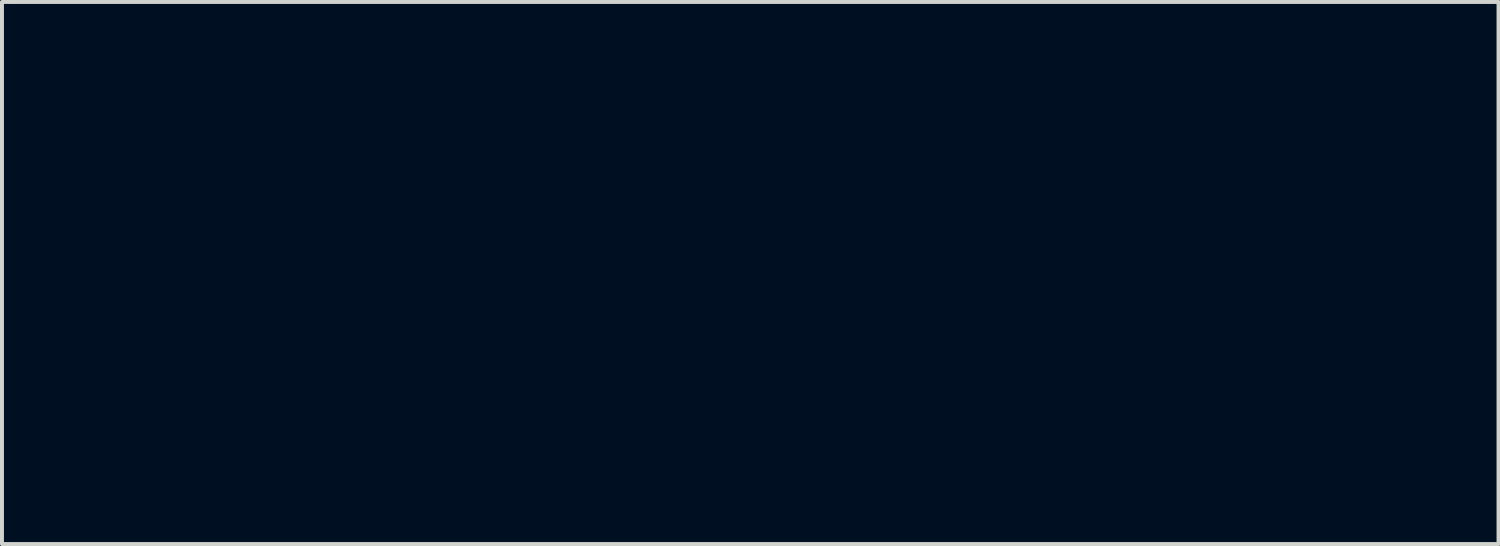
<source format=kicad_pcb>
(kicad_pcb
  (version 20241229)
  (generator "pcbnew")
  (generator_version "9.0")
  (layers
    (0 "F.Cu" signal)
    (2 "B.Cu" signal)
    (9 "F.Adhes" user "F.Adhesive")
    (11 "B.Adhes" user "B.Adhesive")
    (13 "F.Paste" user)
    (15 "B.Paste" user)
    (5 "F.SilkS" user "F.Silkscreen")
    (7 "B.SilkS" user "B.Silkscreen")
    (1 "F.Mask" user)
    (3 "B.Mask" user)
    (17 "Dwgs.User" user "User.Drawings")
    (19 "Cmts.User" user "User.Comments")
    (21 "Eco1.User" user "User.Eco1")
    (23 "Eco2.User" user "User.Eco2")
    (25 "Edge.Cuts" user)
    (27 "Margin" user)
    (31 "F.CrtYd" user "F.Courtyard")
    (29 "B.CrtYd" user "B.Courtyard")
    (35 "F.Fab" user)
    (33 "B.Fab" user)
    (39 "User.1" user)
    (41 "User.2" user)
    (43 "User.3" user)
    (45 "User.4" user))
  (footprint "BitBadge_logo_mask"
    (layer "F.Cu")
    (at 15.954 3.876)
    (property "Reference" "BitBadge_logo_mask" (at 0 0 0) (layer "F.Mask") (effects (font (size 1.524 1.524) (thickness 0.3))))
    (attr through_hole)
    (fp_poly (pts (xy 0.903 -0.386) (xy 0.978 -0.159) (xy 1.043 0.043) (xy 1.096 0.211) (xy 1.133 0.336) (xy 1.153 0.407) (xy 1.155 0.42) (xy 1.117 0.428) (xy 1.021 0.441) (xy 0.885 0.457) (xy 0.763 0.47) (xy 0.585 0.488) (xy 0.417 0.507) (xy 0.283 0.522) (xy 0.228 0.529) (xy 0.075 0.549) (xy 0.125 0.393) (xy 0.152 0.31) (xy 0.197 0.172) (xy 0.208 0.137) (xy 0.474 0.137) (xy 0.497 0.215) (xy 0.568 0.247) (xy 0.645 0.247) (xy 0.734 0.234) (xy 0.775 0.2) (xy 0.791 0.121) (xy 0.793 0.097) (xy 0.783 -0.038) (xy 0.73 -0.117) (xy 0.634 -0.139) (xy 0.621 -0.138) (xy 0.551 -0.114) (xy 0.51 -0.048) (xy 0.494 0.005) (xy 0.474 0.137) (xy 0.208 0.137) (xy 0.256 -0.008) (xy 0.324 -0.217) (xy 0.398 -0.442) (xy 0.408 -0.472) (xy 0.641 -1.181) (xy 0.903 -0.386)) (stroke (width 0.01) (type solid)) (fill yes) (layer "F.Mask"))
    (fp_poly (pts (xy -3.544 -1.073) (xy -3.434 -1.037) (xy -3.417 -1.026) (xy -3.34 -0.921) (xy -3.303 -0.779) (xy -3.303 -0.621) (xy -3.34 -0.472) (xy -3.415 -0.354) (xy -3.431 -0.338) (xy -3.525 -0.276) (xy -3.648 -0.229) (xy -3.815 -0.195) (xy -4.039 -0.169) (xy -4.079 -0.166) (xy -4.361 -0.142) (xy -4.361 -0.619) (xy -4.142 -0.619) (xy -4.133 -0.501) (xy -4.109 -0.432) (xy -4.097 -0.422) (xy -4.037 -0.415) (xy -3.932 -0.418) (xy -3.809 -0.427) (xy -3.694 -0.442) (xy -3.614 -0.46) (xy -3.61 -0.462) (xy -3.558 -0.517) (xy -3.53 -0.622) (xy -3.531 -0.75) (xy -3.542 -0.807) (xy -3.568 -0.839) (xy -3.629 -0.855) (xy -3.742 -0.863) (xy -3.769 -0.865) (xy -3.939 -0.866) (xy -4.049 -0.844) (xy -4.112 -0.792) (xy -4.139 -0.701) (xy -4.142 -0.619) (xy -4.361 -0.619) (xy -4.361 -1.044) (xy -4.17 -1.067) (xy -3.922 -1.088) (xy -3.71 -1.09) (xy -3.544 -1.073)) (stroke (width 0.01) (type solid)) (fill yes) (layer "F.Mask"))
    (fp_poly (pts (xy -13.856 -0.172) (xy -13.706 -0.145) (xy -13.604 -0.091) (xy -13.542 -0.006) (xy -13.513 0.113) (xy -13.509 0.237) (xy -13.526 0.389) (xy -13.577 0.506) (xy -13.67 0.593) (xy -13.813 0.656) (xy -14.014 0.7) (xy -14.206 0.725) (xy -14.363 0.741) (xy -14.489 0.753) (xy -14.571 0.761) (xy -14.593 0.763) (xy -14.599 0.729) (xy -14.603 0.636) (xy -14.606 0.498) (xy -14.608 0.329) (xy -14.608 0.314) (xy -14.608 0.286) (xy -14.388 0.286) (xy -14.378 0.395) (xy -14.344 0.468) (xy -14.275 0.497) (xy -14.162 0.505) (xy -14.032 0.495) (xy -13.909 0.468) (xy -13.819 0.427) (xy -13.81 0.419) (xy -13.754 0.333) (xy -13.733 0.223) (xy -13.747 0.118) (xy -13.796 0.044) (xy -13.807 0.037) (xy -13.891 0.018) (xy -14.014 0.018) (xy -14.148 0.033) (xy -14.265 0.061) (xy -14.338 0.099) (xy -14.338 0.099) (xy -14.375 0.175) (xy -14.388 0.286) (xy -14.608 0.286) (xy -14.608 -0.135) (xy -14.33 -0.158) (xy -14.061 -0.175) (xy -13.856 -0.172)) (stroke (width 0.01) (type solid)) (fill yes) (layer "F.Mask"))
    (fp_poly (pts (xy -13.717 1.553) (xy -13.575 1.593) (xy -13.473 1.665) (xy -13.448 1.694) (xy -13.368 1.852) (xy -13.344 2.043) (xy -13.369 2.215) (xy -13.422 2.356) (xy -13.501 2.465) (xy -13.617 2.547) (xy -13.777 2.606) (xy -13.992 2.647) (xy -14.261 2.674) (xy -14.608 2.699) (xy -14.608 2.149) (xy -14.608 2.112) (xy -14.39 2.112) (xy -14.387 2.269) (xy -14.371 2.366) (xy -14.327 2.416) (xy -14.245 2.432) (xy -14.111 2.427) (xy -14.079 2.424) (xy -13.931 2.407) (xy -13.797 2.379) (xy -13.708 2.348) (xy -13.618 2.264) (xy -13.563 2.14) (xy -13.55 2) (xy -13.583 1.87) (xy -13.606 1.833) (xy -13.64 1.798) (xy -13.692 1.778) (xy -13.778 1.768) (xy -13.915 1.766) (xy -13.975 1.767) (xy -14.154 1.774) (xy -14.273 1.797) (xy -14.344 1.844) (xy -14.378 1.927) (xy -14.389 2.055) (xy -14.39 2.112) (xy -14.608 2.112) (xy -14.607 1.935) (xy -14.603 1.784) (xy -14.596 1.685) (xy -14.585 1.628) (xy -14.567 1.603) (xy -14.552 1.599) (xy -14.493 1.595) (xy -14.381 1.585) (xy -14.235 1.57) (xy -14.154 1.561) (xy -13.906 1.543) (xy -13.717 1.553)) (stroke (width 0.01) (type solid)) (fill yes) (layer "F.Mask"))
    (fp_poly (pts (xy -3.266 0.752) (xy -3.172 0.893) (xy -3.129 1.064) (xy -3.136 1.245) (xy -3.19 1.415) (xy -3.291 1.556) (xy -3.339 1.596) (xy -3.452 1.658) (xy -3.603 1.705) (xy -3.803 1.74) (xy -4.043 1.764) (xy -4.361 1.789) (xy -4.361 1.239) (xy -4.36 1.16) (xy -4.144 1.16) (xy -4.141 1.294) (xy -4.131 1.416) (xy -4.116 1.504) (xy -4.097 1.538) (xy -4.025 1.545) (xy -3.904 1.536) (xy -3.757 1.514) (xy -3.63 1.486) (xy -3.488 1.424) (xy -3.398 1.318) (xy -3.354 1.159) (xy -3.353 1.15) (xy -3.348 1.037) (xy -3.372 0.962) (xy -3.416 0.908) (xy -3.464 0.867) (xy -3.516 0.845) (xy -3.593 0.837) (xy -3.714 0.843) (xy -3.786 0.848) (xy -3.926 0.861) (xy -4.038 0.875) (xy -4.102 0.889) (xy -4.108 0.891) (xy -4.127 0.938) (xy -4.139 1.035) (xy -4.144 1.16) (xy -4.36 1.16) (xy -4.359 1.017) (xy -4.354 0.859) (xy -4.346 0.754) (xy -4.332 0.695) (xy -4.312 0.67) (xy -4.311 0.669) (xy -4.257 0.661) (xy -4.146 0.653) (xy -3.995 0.647) (xy -3.821 0.643) (xy -3.382 0.636) (xy -3.266 0.752)) (stroke (width 0.01) (type solid)) (fill yes) (layer "F.Mask"))
    (fp_poly (pts (xy 5.298 -1.788) (xy 5.398 -1.774) (xy 5.487 -1.749) (xy 5.586 -1.707) (xy 5.636 -1.684) (xy 5.788 -1.6) (xy 5.907 -1.512) (xy 5.955 -1.46) (xy 6.091 -1.21) (xy 6.175 -0.929) (xy 6.207 -0.631) (xy 6.189 -0.331) (xy 6.121 -0.041) (xy 6.004 0.222) (xy 5.84 0.446) (xy 5.819 0.467) (xy 5.63 0.622) (xy 5.404 0.74) (xy 5.133 0.825) (xy 4.805 0.881) (xy 4.721 0.89) (xy 4.481 0.913) (xy 4.498 -0.407) (xy 4.5 -0.546) (xy 4.721 -0.546) (xy 4.721 -0.303) (xy 4.723 -0.066) (xy 4.728 0.153) (xy 4.735 0.343) (xy 4.745 0.494) (xy 4.756 0.594) (xy 4.769 0.631) (xy 4.853 0.64) (xy 4.993 0.623) (xy 5.179 0.582) (xy 5.269 0.558) (xy 5.479 0.463) (xy 5.666 0.311) (xy 5.815 0.118) (xy 5.907 -0.091) (xy 5.945 -0.266) (xy 5.967 -0.471) (xy 5.974 -0.684) (xy 5.964 -0.88) (xy 5.938 -1.034) (xy 5.929 -1.064) (xy 5.826 -1.265) (xy 5.677 -1.413) (xy 5.479 -1.51) (xy 5.23 -1.557) (xy 5.092 -1.563) (xy 4.933 -1.557) (xy 4.82 -1.541) (xy 4.767 -1.519) (xy 4.754 -1.47) (xy 4.743 -1.361) (xy 4.734 -1.203) (xy 4.727 -1.007) (xy 4.723 -0.785) (xy 4.721 -0.546) (xy 4.5 -0.546) (xy 4.502 -0.71) (xy 4.508 -0.99) (xy 4.514 -1.239) (xy 4.521 -1.448) (xy 4.528 -1.61) (xy 4.535 -1.715) (xy 4.542 -1.756) (xy 4.587 -1.769) (xy 4.69 -1.779) (xy 4.834 -1.788) (xy 4.983 -1.791) (xy 5.166 -1.792) (xy 5.298 -1.788)) (stroke (width 0.01) (type solid)) (fill yes) (layer "F.Mask"))
    (fp_poly (pts (xy 15.766 -3.86) (xy 15.846 -3.835) (xy 15.901 -3.794) (xy 15.924 -3.765) (xy 15.935 -3.715) (xy 15.943 -3.607) (xy 15.949 -3.459) (xy 15.952 -3.284) (xy 15.952 -3.276) (xy 15.945 -3.013) (xy 15.924 -2.816) (xy 15.886 -2.679) (xy 15.831 -2.596) (xy 15.776 -2.566) (xy 15.723 -2.558) (xy 15.609 -2.548) (xy 15.446 -2.536) (xy 15.247 -2.523) (xy 15.024 -2.51) (xy 14.989 -2.508) (xy 14.762 -2.495) (xy 14.556 -2.481) (xy 14.383 -2.469) (xy 14.256 -2.459) (xy 14.188 -2.452) (xy 14.184 -2.451) (xy 14.116 -2.405) (xy 14.077 -2.319) (xy 14.075 -2.223) (xy 14.109 -2.154) (xy 14.139 -2.134) (xy 14.187 -2.121) (xy 14.264 -2.116) (xy 14.381 -2.119) (xy 14.552 -2.129) (xy 14.713 -2.14) (xy 14.993 -2.16) (xy 15.21 -2.173) (xy 15.373 -2.179) (xy 15.493 -2.177) (xy 15.577 -2.167) (xy 15.636 -2.15) (xy 15.68 -2.124) (xy 15.703 -2.102) (xy 15.734 -2.067) (xy 15.755 -2.027) (xy 15.767 -1.968) (xy 15.771 -1.877) (xy 15.768 -1.742) (xy 15.76 -1.548) (xy 15.759 -1.531) (xy 15.75 -1.328) (xy 15.737 -1.167) (xy 15.714 -1.045) (xy 15.671 -0.954) (xy 15.6 -0.89) (xy 15.495 -0.848) (xy 15.346 -0.82) (xy 15.146 -0.803) (xy 14.887 -0.789) (xy 14.68 -0.78) (xy 14.477 -0.769) (xy 14.297 -0.756) (xy 14.154 -0.741) (xy 14.062 -0.727) (xy 14.035 -0.718) (xy 14.005 -0.656) (xy 13.991 -0.552) (xy 13.992 -0.432) (xy 14.009 -0.325) (xy 14.04 -0.258) (xy 14.043 -0.256) (xy 14.081 -0.239) (xy 14.153 -0.231) (xy 14.269 -0.23) (xy 14.438 -0.237) (xy 14.666 -0.251) (xy 14.989 -0.273) (xy 15.247 -0.287) (xy 15.447 -0.291) (xy 15.596 -0.282) (xy 15.702 -0.257) (xy 15.773 -0.214) (xy 15.814 -0.149) (xy 15.834 -0.06) (xy 15.841 0.056) (xy 15.841 0.191) (xy 15.835 0.463) (xy 15.821 0.672) (xy 15.791 0.824) (xy 15.741 0.93) (xy 15.666 0.997) (xy 15.558 1.035) (xy 15.414 1.05) (xy 15.28 1.053) (xy 15.109 1.056) (xy 14.895 1.065) (xy 14.666 1.076) (xy 14.481 1.089) (xy 14.154 1.112) (xy 13.833 1.132) (xy 13.528 1.15) (xy 13.247 1.165) (xy 12.998 1.177) (xy 12.79 1.184) (xy 12.631 1.187) (xy 12.532 1.185) (xy 12.503 1.182) (xy 12.44 1.137) (xy 12.372 1.055) (xy 12.359 1.034) (xy 12.32 0.988) (xy 12.561 0.988) (xy 12.921 0.966) (xy 13.05 0.959) (xy 13.238 0.949) (xy 13.474 0.936) (xy 13.744 0.921) (xy 14.036 0.906) (xy 14.338 0.89) (xy 14.426 0.886) (xy 14.706 0.871) (xy 14.962 0.858) (xy 15.185 0.845) (xy 15.366 0.835) (xy 15.496 0.828) (xy 15.567 0.823) (xy 15.577 0.822) (xy 15.581 0.786) (xy 15.589 0.691) (xy 15.598 0.552) (xy 15.609 0.383) (xy 15.61 0.367) (xy 15.636 -0.083) (xy 15.095 -0.059) (xy 14.857 -0.048) (xy 14.602 -0.036) (xy 14.359 -0.024) (xy 14.156 -0.013) (xy 14.14 -0.012) (xy 13.728 0.01) (xy 13.754 -0.458) (xy 13.765 -0.634) (xy 13.775 -0.782) (xy 13.783 -0.887) (xy 13.79 -0.936) (xy 13.79 -0.938) (xy 13.828 -0.943) (xy 13.926 -0.952) (xy 14.072 -0.963) (xy 14.254 -0.975) (xy 14.395 -0.984) (xy 14.619 -0.997) (xy 14.841 -1.011) (xy 15.039 -1.024) (xy 15.195 -1.035) (xy 15.248 -1.039) (xy 15.506 -1.059) (xy 15.529 -1.334) (xy 15.541 -1.499) (xy 15.549 -1.663) (xy 15.553 -1.786) (xy 15.55 -1.892) (xy 15.534 -1.943) (xy 15.494 -1.961) (xy 15.449 -1.962) (xy 15.371 -1.96) (xy 15.236 -1.953) (xy 15.06 -1.943) (xy 14.857 -1.931) (xy 14.645 -1.918) (xy 14.437 -1.904) (xy 14.25 -1.891) (xy 14.099 -1.88) (xy 14.013 -1.873) (xy 13.836 -1.856) (xy 13.85 -2.234) (xy 13.858 -2.392) (xy 13.867 -2.522) (xy 13.877 -2.606) (xy 13.883 -2.631) (xy 13.923 -2.638) (xy 14.025 -2.647) (xy 14.179 -2.658) (xy 14.374 -2.671) (xy 14.598 -2.683) (xy 14.718 -2.689) (xy 14.958 -2.701) (xy 15.178 -2.714) (xy 15.365 -2.725) (xy 15.507 -2.735) (xy 15.594 -2.742) (xy 15.612 -2.745) (xy 15.654 -2.766) (xy 15.686 -2.817) (xy 15.709 -2.907) (xy 15.725 -3.045) (xy 15.737 -3.242) (xy 15.741 -3.361) (xy 15.751 -3.652) (xy 15.406 -3.642) (xy 15.17 -3.634) (xy 14.906 -3.623) (xy 14.624 -3.609) (xy 14.333 -3.594) (xy 14.043 -3.578) (xy 13.762 -3.562) (xy 13.501 -3.545) (xy 13.268 -3.529) (xy 13.072 -3.514) (xy 12.924 -3.501) (xy 12.832 -3.49) (xy 12.805 -3.484) (xy 12.789 -3.436) (xy 12.774 -3.32) (xy 12.76 -3.143) (xy 12.747 -2.909) (xy 12.74 -2.734) (xy 12.729 -2.455) (xy 12.715 -2.115) (xy 12.698 -1.727) (xy 12.678 -1.303) (xy 12.657 -0.855) (xy 12.634 -0.397) (xy 12.611 0.061) (xy 12.587 0.505) (xy 12.587 0.521) (xy 12.561 0.988) (xy 12.32 0.988) (xy 12.286 0.947) (xy 12.206 0.908) (xy 12.139 0.922) (xy 12.118 0.946) (xy 12.078 0.976) (xy 11.986 1.03) (xy 11.857 1.101) (xy 11.707 1.178) (xy 11.316 1.349) (xy 10.909 1.481) (xy 10.499 1.573) (xy 10.1 1.622) (xy 9.727 1.624) (xy 9.411 1.583) (xy 9.017 1.468) (xy 8.674 1.301) (xy 8.381 1.083) (xy 8.141 0.815) (xy 7.954 0.498) (xy 7.865 0.274) (xy 7.808 0.118) (xy 7.763 0.019) (xy 7.721 -0.036) (xy 7.675 -0.06) (xy 7.673 -0.061) (xy 7.609 -0.066) (xy 7.556 -0.039) (xy 7.506 0.031) (xy 7.453 0.152) (xy 7.396 0.318) (xy 7.243 0.67) (xy 7.026 0.994) (xy 6.751 1.283) (xy 6.422 1.532) (xy 6.179 1.671) (xy 5.932 1.773) (xy 5.617 1.864) (xy 5.238 1.943) (xy 4.799 2.01) (xy 4.304 2.062) (xy 4.215 2.069) (xy 4.016 2.086) (xy 3.825 2.101) (xy 3.664 2.115) (xy 3.554 2.125) (xy 3.546 2.125) (xy 3.347 2.117) (xy 3.242 2.082) (xy 3.161 2.048) (xy 3.099 2.044) (xy 3.023 2.073) (xy 2.967 2.102) (xy 2.883 2.137) (xy 2.774 2.167) (xy 2.626 2.192) (xy 2.426 2.217) (xy 2.261 2.234) (xy 2.02 2.256) (xy 1.84 2.268) (xy 1.71 2.263) (xy 1.619 2.239) (xy 1.556 2.191) (xy 1.51 2.114) (xy 1.469 2.004) (xy 1.438 1.908) (xy 1.389 1.765) (xy 1.34 1.647) (xy 1.299 1.573) (xy 1.288 1.561) (xy 1.254 1.544) (xy 1.195 1.534) (xy 1.101 1.533) (xy 0.96 1.539) (xy 0.763 1.553) (xy 0.661 1.561) (xy 0.459 1.579) (xy 0.278 1.598) (xy 0.133 1.616) (xy 0.037 1.631) (xy 0.011 1.638) (xy -0.034 1.671) (xy -0.077 1.74) (xy -0.123 1.858) (xy -0.167 1.996) (xy -0.232 2.193) (xy -0.295 2.33) (xy -0.362 2.418) (xy -0.443 2.467) (xy -0.518 2.485) (xy -0.677 2.504) (xy -0.862 2.521) (xy -1.058 2.536) (xy -1.25 2.546) (xy -1.424 2.552) (xy -1.563 2.552) (xy -1.654 2.546) (xy -1.677 2.541) (xy -1.769 2.459) (xy -1.801 2.343) (xy -1.8 2.33) (xy -1.599 2.33) (xy -1.573 2.349) (xy -1.492 2.357) (xy -1.353 2.353) (xy -1.15 2.338) (xy -0.89 2.313) (xy -0.491 2.271) (xy -0.362 1.89) (xy -0.309 1.731) (xy -0.263 1.597) (xy -0.23 1.502) (xy -0.217 1.465) (xy -0.194 1.45) (xy -0.133 1.434) (xy -0.029 1.417) (xy 0.123 1.397) (xy 0.329 1.375) (xy 0.592 1.349) (xy 0.919 1.319) (xy 1.244 1.291) (xy 1.452 1.273) (xy 1.575 1.663) (xy 1.639 1.854) (xy 1.693 1.983) (xy 1.735 2.046) (xy 1.748 2.052) (xy 1.886 2.047) (xy 2.053 2.038) (xy 2.233 2.026) (xy 2.412 2.011) (xy 2.574 1.996) (xy 2.706 1.982) (xy 2.791 1.969) (xy 2.817 1.962) (xy 2.813 1.916) (xy 2.787 1.823) (xy 2.745 1.7) (xy 2.739 1.684) (xy 2.675 1.51) (xy 2.606 1.315) (xy 2.562 1.181) (xy 2.525 1.071) (xy 2.468 0.906) (xy 2.397 0.702) (xy 2.316 0.472) (xy 2.23 0.23) (xy 2.2 0.145) (xy 2.114 -0.097) (xy 2.03 -0.333) (xy 1.955 -0.548) (xy 1.892 -0.728) (xy 1.847 -0.859) (xy 1.836 -0.89) (xy 1.785 -1.042) (xy 1.722 -1.223) (xy 1.652 -1.423) (xy 1.579 -1.63) (xy 1.506 -1.833) (xy 1.439 -2.019) (xy 1.381 -2.178) (xy 1.337 -2.297) (xy 1.31 -2.366) (xy 1.304 -2.377) (xy 1.265 -2.378) (xy 1.168 -2.372) (xy 1.026 -2.361) (xy 0.855 -2.346) (xy 0.668 -2.328) (xy 0.479 -2.309) (xy 0.302 -2.29) (xy 0.151 -2.273) (xy 0.041 -2.258) (xy -0.015 -2.248) (xy -0.019 -2.246) (xy -0.036 -2.207) (xy -0.07 -2.114) (xy -0.116 -1.981) (xy -0.16 -1.851) (xy -0.213 -1.692) (xy -0.284 -1.484) (xy -0.366 -1.245) (xy -0.453 -0.996) (xy -0.528 -0.781) (xy -0.612 -0.54) (xy -0.698 -0.294) (xy -0.778 -0.062) (xy -0.845 0.137) (xy -0.891 0.273) (xy -0.942 0.424) (xy -1.011 0.628) (xy -1.094 0.868) (xy -1.185 1.129) (xy -1.277 1.395) (xy -1.367 1.65) (xy -1.447 1.878) (xy -1.513 2.063) (xy -1.541 2.139) (xy -1.576 2.241) (xy -1.596 2.314) (xy -1.599 2.33) (xy -1.8 2.33) (xy -1.779 2.194) (xy -1.755 2.085) (xy -1.759 2.017) (xy -1.78 1.981) (xy -1.838 1.943) (xy -1.914 1.927) (xy -1.977 1.935) (xy -1.999 1.964) (xy -2.027 2.023) (xy -2.103 2.109) (xy -2.212 2.211) (xy -2.34 2.316) (xy -2.474 2.412) (xy -2.599 2.487) (xy -2.63 2.503) (xy -2.775 2.567) (xy -2.919 2.622) (xy -3.07 2.669) (xy -3.237 2.709) (xy -3.429 2.744) (xy -3.655 2.775) (xy -3.922 2.803) (xy -4.239 2.83) (xy -4.615 2.857) (xy -4.878 2.875) (xy -5.117 2.89) (xy -5.294 2.9) (xy -5.42 2.903) (xy -5.506 2.901) (xy -5.563 2.892) (xy -5.601 2.877) (xy -5.63 2.854) (xy -5.632 2.853) (xy -5.649 2.835) (xy -5.663 2.812) (xy -5.675 2.778) (xy -5.684 2.724) (xy -5.691 2.646) (xy -5.696 2.537) (xy -5.7 2.391) (xy -5.703 2.2) (xy -5.703 2.154) (xy -5.518 2.154) (xy -5.517 2.365) (xy -5.516 2.526) (xy -5.514 2.63) (xy -5.511 2.668) (xy -5.506 2.684) (xy -5.499 2.698) (xy -5.484 2.707) (xy -5.454 2.712) (xy -5.401 2.713) (xy -5.319 2.709) (xy -5.2 2.7) (xy -5.039 2.686) (xy -4.827 2.665) (xy -4.558 2.639) (xy -4.224 2.605) (xy -4.161 2.599) (xy -3.776 2.557) (xy -3.456 2.515) (xy -3.19 2.467) (xy -2.971 2.413) (xy -2.789 2.349) (xy -2.635 2.272) (xy -2.502 2.179) (xy -2.379 2.068) (xy -2.314 1.998) (xy -2.199 1.848) (xy -2.11 1.687) (xy -2.085 1.625) (xy -2.043 1.441) (xy -2.022 1.219) (xy -2.023 0.987) (xy -2.045 0.776) (xy -2.066 0.683) (xy -2.153 0.492) (xy -2.291 0.315) (xy -2.457 0.175) (xy -2.515 0.142) (xy -2.66 0.068) (xy -2.509 -0.061) (xy -2.344 -0.244) (xy -2.23 -0.457) (xy -2.165 -0.689) (xy -2.148 -0.929) (xy -2.178 -1.165) (xy -2.253 -1.386) (xy -2.372 -1.58) (xy -2.533 -1.735) (xy -2.735 -1.841) (xy -2.735 -1.841) (xy -2.823 -1.868) (xy -2.922 -1.886) (xy -3.047 -1.897) (xy -3.21 -1.904) (xy -3.428 -1.905) (xy -3.525 -1.905) (xy -3.69 -1.902) (xy -3.892 -1.895) (xy -4.119 -1.884) (xy -4.359 -1.871) (xy -4.601 -1.856) (xy -4.834 -1.84) (xy -5.047 -1.824) (xy -5.228 -1.808) (xy -5.366 -1.793) (xy -5.45 -1.78) (xy -5.47 -1.773) (xy -5.474 -1.735) (xy -5.478 -1.631) (xy -5.482 -1.47) (xy -5.486 -1.259) (xy -5.49 -1.006) (xy -5.495 -0.719) (xy -5.499 -0.405) (xy -5.502 -0.072) (xy -5.506 0.273) (xy -5.509 0.622) (xy -5.512 0.966) (xy -5.514 1.3) (xy -5.516 1.614) (xy -5.517 1.901) (xy -5.518 2.154) (xy -5.703 2.154) (xy -5.704 1.959) (xy -5.705 1.661) (xy -5.705 1.3) (xy -5.705 1.107) (xy -5.705 0.698) (xy -5.705 0.356) (xy -5.707 0.076) (xy -5.71 -0.149) (xy -5.717 -0.325) (xy -5.727 -0.456) (xy -5.742 -0.549) (xy -5.762 -0.609) (xy -5.788 -0.642) (xy -5.821 -0.655) (xy -5.861 -0.651) (xy -5.91 -0.638) (xy -5.951 -0.626) (xy -6.037 -0.609) (xy -6.178 -0.588) (xy -6.355 -0.567) (xy -6.551 -0.547) (xy -6.595 -0.543) (xy -6.782 -0.525) (xy -6.944 -0.505) (xy -7.067 -0.486) (xy -7.137 -0.47) (xy -7.145 -0.466) (xy -7.156 -0.431) (xy -7.167 -0.34) (xy -7.176 -0.192) (xy -7.185 0.017) (xy -7.194 0.289) (xy -7.202 0.627) (xy -7.209 1.033) (xy -7.213 1.271) (xy -7.22 1.68) (xy -7.225 2.023) (xy -7.231 2.305) (xy -7.238 2.532) (xy -7.248 2.711) (xy -7.261 2.848) (xy -7.28 2.949) (xy -7.304 3.019) (xy -7.336 3.065) (xy -7.376 3.093) (xy -7.426 3.109) (xy -7.487 3.119) (xy -7.559 3.129) (xy -7.567 3.13) (xy -7.683 3.144) (xy -7.848 3.16) (xy -8.036 3.175) (xy -8.179 3.184) (xy -8.31 3.193) (xy -8.42 3.202) (xy -8.51 3.203) (xy -8.583 3.192) (xy -8.64 3.163) (xy -8.683 3.109) (xy -8.715 3.026) (xy -8.736 2.907) (xy -8.749 2.746) (xy -8.756 2.539) (xy -8.759 2.278) (xy -8.758 1.958) (xy -8.758 1.574) (xy -8.757 1.397) (xy -8.758 1.003) (xy -8.759 0.676) (xy -8.76 0.409) (xy -8.763 0.196) (xy -8.767 0.031) (xy -8.773 -0.092) (xy -8.78 -0.18) (xy -8.789 -0.238) (xy -8.8 -0.273) (xy -8.813 -0.292) (xy -8.861 -0.313) (xy -8.946 -0.322) (xy -9.082 -0.319) (xy -9.222 -0.309) (xy -9.421 -0.294) (xy -9.638 -0.282) (xy -9.832 -0.274) (xy -9.876 -0.272) (xy -10.017 -0.266) (xy -10.13 -0.255) (xy -10.195 -0.243) (xy -10.203 -0.238) (xy -10.208 -0.198) (xy -10.214 -0.092) (xy -10.219 0.072) (xy -10.224 0.288) (xy -10.229 0.547) (xy -10.233 0.842) (xy -10.236 1.167) (xy -10.239 1.502) (xy -10.249 3.216) (xy -10.33 3.296) (xy -10.369 3.327) (xy -10.422 3.352) (xy -10.501 3.373) (xy -10.618 3.393) (xy -10.785 3.414) (xy -11.001 3.437) (xy -11.223 3.459) (xy -11.384 3.472) (xy -11.497 3.478) (xy -11.573 3.476) (xy -11.626 3.466) (xy -11.666 3.447) (xy -11.683 3.437) (xy -11.724 3.406) (xy -11.75 3.368) (xy -11.765 3.307) (xy -11.772 3.209) (xy -11.773 3.056) (xy -11.773 3.013) (xy -11.778 2.806) (xy -11.793 2.662) (xy -11.822 2.57) (xy -11.868 2.522) (xy -11.934 2.507) (xy -11.938 2.507) (xy -11.995 2.52) (xy -12.047 2.568) (xy -12.106 2.666) (xy -12.132 2.716) (xy -12.316 3.002) (xy -12.552 3.238) (xy -12.838 3.423) (xy -13.171 3.554) (xy -13.267 3.579) (xy -13.349 3.594) (xy -13.492 3.615) (xy -13.683 3.64) (xy -13.912 3.668) (xy -14.166 3.699) (xy -14.434 3.729) (xy -14.704 3.759) (xy -14.964 3.787) (xy -15.202 3.812) (xy -15.407 3.831) (xy -15.568 3.845) (xy -15.671 3.851) (xy -15.682 3.851) (xy -15.761 3.826) (xy -15.834 3.77) (xy -15.849 3.752) (xy -15.862 3.729) (xy -15.874 3.697) (xy -15.883 3.649) (xy -15.892 3.581) (xy -15.899 3.486) (xy -15.904 3.36) (xy -15.91 3.195) (xy -15.915 2.988) (xy -15.919 2.733) (xy -15.924 2.423) (xy -15.928 2.054) (xy -15.934 1.619) (xy -15.936 1.446) (xy -15.941 0.967) (xy -15.946 0.557) (xy -15.948 0.208) (xy -15.949 -0.043) (xy -15.714 -0.043) (xy -15.713 0.266) (xy -15.712 0.609) (xy -15.71 0.981) (xy -15.707 1.375) (xy -15.707 1.411) (xy -15.687 3.639) (xy -15.52 3.617) (xy -15.438 3.608) (xy -15.296 3.593) (xy -15.105 3.574) (xy -14.878 3.552) (xy -14.625 3.528) (xy -14.408 3.508) (xy -14.057 3.473) (xy -13.768 3.44) (xy -13.532 3.407) (xy -13.339 3.37) (xy -13.178 3.328) (xy -13.04 3.278) (xy -12.915 3.218) (xy -12.792 3.146) (xy -12.767 3.13) (xy -12.553 2.951) (xy -12.382 2.724) (xy -12.266 2.468) (xy -12.244 2.391) (xy -12.214 2.171) (xy -12.217 1.931) (xy -12.251 1.698) (xy -12.313 1.5) (xy -12.328 1.468) (xy -12.428 1.311) (xy -12.551 1.174) (xy -12.68 1.074) (xy -12.773 1.032) (xy -12.841 1.009) (xy -12.864 0.991) (xy -12.838 0.959) (xy -12.773 0.895) (xy -12.702 0.83) (xy -12.547 0.651) (xy -12.447 0.433) (xy -12.397 0.169) (xy -12.391 0.018) (xy -12.414 -0.27) (xy -12.486 -0.507) (xy -12.609 -0.696) (xy -12.787 -0.842) (xy -13.023 -0.947) (xy -13.319 -1.014) (xy -13.365 -1.021) (xy -13.463 -1.032) (xy -13.568 -1.038) (xy -13.689 -1.038) (xy -13.837 -1.032) (xy -14.022 -1.02) (xy -14.254 -1.001) (xy -14.545 -0.974) (xy -14.667 -0.963) (xy -14.93 -0.937) (xy -15.17 -0.912) (xy -15.377 -0.889) (xy -15.54 -0.869) (xy -15.652 -0.853) (xy -15.702 -0.843) (xy -15.703 -0.842) (xy -15.707 -0.802) (xy -15.71 -0.696) (xy -15.712 -0.53) (xy -15.713 -0.31) (xy -15.714 -0.043) (xy -15.949 -0.043) (xy -15.949 -0.084) (xy -15.948 -0.325) (xy -15.944 -0.519) (xy -15.938 -0.673) (xy -15.928 -0.79) (xy -15.914 -0.878) (xy -15.897 -0.941) (xy -15.875 -0.984) (xy -15.849 -1.013) (xy -15.818 -1.032) (xy -15.782 -1.048) (xy -15.776 -1.05) (xy -15.684 -1.074) (xy -15.531 -1.1) (xy -15.329 -1.125) (xy -15.091 -1.149) (xy -14.829 -1.171) (xy -14.554 -1.191) (xy -14.278 -1.206) (xy -14.014 -1.217) (xy -13.774 -1.221) (xy -13.699 -1.221) (xy -13.062 -1.217) (xy -12.821 -1.099) (xy -12.581 -0.951) (xy -12.401 -0.77) (xy -12.271 -0.546) (xy -12.247 -0.486) (xy -12.189 -0.256) (xy -12.171 0.004) (xy -12.19 0.268) (xy -12.246 0.509) (xy -12.291 0.621) (xy -12.359 0.775) (xy -12.384 0.891) (xy -12.366 0.994) (xy -12.304 1.106) (xy -12.268 1.158) (xy -12.186 1.28) (xy -12.115 1.405) (xy -12.088 1.463) (xy -12.038 1.556) (xy -11.98 1.595) (xy -11.94 1.599) (xy -11.851 1.571) (xy -11.811 1.529) (xy -11.8 1.471) (xy -11.791 1.344) (xy -11.784 1.151) (xy -11.781 0.995) (xy -11.592 0.995) (xy -11.592 1.017) (xy -11.591 1.415) (xy -11.59 1.789) (xy -11.588 2.136) (xy -11.585 2.447) (xy -11.582 2.718) (xy -11.579 2.942) (xy -11.574 3.112) (xy -11.57 3.223) (xy -11.565 3.269) (xy -11.564 3.269) (xy -11.52 3.265) (xy -11.418 3.255) (xy -11.27 3.24) (xy -11.092 3.222) (xy -11.028 3.216) (xy -10.843 3.197) (xy -10.684 3.18) (xy -10.565 3.169) (xy -10.5 3.163) (xy -10.492 3.162) (xy -10.488 3.127) (xy -10.483 3.025) (xy -10.479 2.863) (xy -10.475 2.646) (xy -10.472 2.382) (xy -10.469 2.076) (xy -10.467 1.734) (xy -10.466 1.363) (xy -10.465 0.969) (xy -10.465 0.909) (xy -10.465 -1.343) (xy -10.565 -1.326) (xy -10.646 -1.315) (xy -10.776 -1.301) (xy -10.937 -1.284) (xy -11.111 -1.268) (xy -11.276 -1.253) (xy -11.415 -1.242) (xy -11.507 -1.236) (xy -11.525 -1.235) (xy -11.539 -1.233) (xy -11.55 -1.222) (xy -11.56 -1.196) (xy -11.568 -1.152) (xy -11.575 -1.083) (xy -11.58 -0.984) (xy -11.584 -0.849) (xy -11.587 -0.674) (xy -11.589 -0.454) (xy -11.591 -0.182) (xy -11.591 0.147) (xy -11.592 0.537) (xy -11.592 0.995) (xy -11.781 0.995) (xy -11.778 0.894) (xy -11.775 0.576) (xy -11.773 0.201) (xy -11.773 0.084) (xy -11.772 -0.226) (xy -11.77 -0.513) (xy -11.767 -0.77) (xy -11.763 -0.989) (xy -11.758 -1.16) (xy -11.752 -1.276) (xy -11.746 -1.328) (xy -11.746 -1.33) (xy -11.704 -1.373) (xy -9.957 -1.373) (xy -9.957 -0.922) (xy -9.954 -0.722) (xy -9.948 -0.586) (xy -9.936 -0.506) (xy -9.917 -0.474) (xy -9.911 -0.472) (xy -9.84 -0.476) (xy -9.714 -0.484) (xy -9.549 -0.495) (xy -9.362 -0.509) (xy -9.17 -0.525) (xy -8.99 -0.54) (xy -8.838 -0.553) (xy -8.732 -0.564) (xy -8.712 -0.566) (xy -8.539 -0.588) (xy -8.539 3) (xy -8 2.948) (xy -7.461 2.896) (xy -7.437 1.784) (xy -7.431 1.464) (xy -7.425 1.129) (xy -7.42 0.797) (xy -7.416 0.485) (xy -7.414 0.21) (xy -7.413 -0.004) (xy -7.413 -0.681) (xy -7.24 -0.702) (xy -7.14 -0.714) (xy -6.986 -0.729) (xy -6.799 -0.747) (xy -6.596 -0.765) (xy -6.55 -0.769) (xy -6.032 -0.814) (xy -6.032 -1.106) (xy -6.029 -1.264) (xy -6.023 -1.41) (xy -6.013 -1.517) (xy -6.012 -1.526) (xy -6.007 -1.623) (xy -6.019 -1.689) (xy -6.022 -1.693) (xy -6.055 -1.704) (xy -6.138 -1.706) (xy -6.275 -1.701) (xy -6.471 -1.688) (xy -6.73 -1.666) (xy -7.055 -1.635) (xy -7.096 -1.631) (xy -7.416 -1.601) (xy -7.758 -1.57) (xy -8.102 -1.539) (xy -8.43 -1.51) (xy -8.719 -1.487) (xy -8.895 -1.473) (xy -9.132 -1.454) (xy -9.354 -1.436) (xy -9.547 -1.42) (xy -9.698 -1.406) (xy -9.793 -1.396) (xy -9.802 -1.394) (xy -9.957 -1.373) (xy -11.704 -1.373) (xy -11.703 -1.373) (xy -11.634 -1.408) (xy -11.528 -1.438) (xy -11.374 -1.465) (xy -11.163 -1.491) (xy -11.024 -1.505) (xy -10.81 -1.526) (xy -10.655 -1.538) (xy -10.546 -1.541) (xy -10.47 -1.536) (xy -10.414 -1.522) (xy -10.379 -1.506) (xy -10.29 -1.467) (xy -10.22 -1.458) (xy -10.139 -1.481) (xy -10.047 -1.523) (xy -10.001 -1.541) (xy -9.932 -1.559) (xy -9.835 -1.577) (xy -9.704 -1.597) (xy -9.534 -1.618) (xy -9.317 -1.643) (xy -9.048 -1.671) (xy -8.722 -1.703) (xy -8.332 -1.741) (xy -8.121 -1.761) (xy -7.662 -1.803) (xy -7.269 -1.839) (xy -6.938 -1.868) (xy -6.665 -1.891) (xy -6.442 -1.907) (xy -6.267 -1.917) (xy -6.132 -1.922) (xy -6.034 -1.921) (xy -5.967 -1.916) (xy -5.926 -1.906) (xy -5.906 -1.891) (xy -5.905 -1.89) (xy -5.847 -1.857) (xy -5.752 -1.86) (xy -5.647 -1.896) (xy -5.604 -1.921) (xy -5.533 -1.947) (xy -5.4 -1.976) (xy -5.217 -2.005) (xy -4.995 -2.035) (xy -4.745 -2.063) (xy -4.478 -2.09) (xy -4.204 -2.113) (xy -3.936 -2.132) (xy -3.684 -2.147) (xy -3.46 -2.155) (xy -3.274 -2.156) (xy -3.137 -2.149) (xy -3.12 -2.147) (xy -2.789 -2.079) (xy -2.515 -1.969) (xy -2.295 -1.816) (xy -2.126 -1.616) (xy -2.05 -1.478) (xy -2.01 -1.382) (xy -1.984 -1.288) (xy -1.97 -1.177) (xy -1.964 -1.027) (xy -1.963 -0.89) (xy -1.965 -0.702) (xy -1.973 -0.566) (xy -1.991 -0.462) (xy -2.021 -0.37) (xy -2.05 -0.304) (xy -2.104 -0.197) (xy -2.153 -0.119) (xy -2.177 -0.093) (xy -2.214 -0.035) (xy -2.189 0.054) (xy -2.104 0.175) (xy -1.957 0.399) (xy -1.855 0.669) (xy -1.796 0.991) (xy -1.786 1.108) (xy -1.775 1.273) (xy -1.763 1.379) (xy -1.748 1.44) (xy -1.723 1.469) (xy -1.687 1.48) (xy -1.668 1.483) (xy -1.584 1.474) (xy -1.538 1.446) (xy -1.519 1.402) (xy -1.479 1.297) (xy -1.421 1.139) (xy -1.349 0.935) (xy -1.264 0.694) (xy -1.17 0.423) (xy -1.07 0.131) (xy -1.057 0.091) (xy -0.95 -0.223) (xy -0.844 -0.531) (xy -0.743 -0.824) (xy -0.65 -1.091) (xy -0.57 -1.32) (xy -0.506 -1.502) (xy -0.464 -1.616) (xy -0.401 -1.793) (xy -0.343 -1.961) (xy -0.298 -2.1) (xy -0.277 -2.176) (xy -0.248 -2.271) (xy -0.21 -2.344) (xy -0.152 -2.4) (xy -0.065 -2.443) (xy 0.06 -2.477) (xy 0.233 -2.506) (xy 0.463 -2.533) (xy 0.626 -2.55) (xy 0.885 -2.574) (xy 1.082 -2.589) (xy 1.224 -2.594) (xy 1.321 -2.591) (xy 1.383 -2.578) (xy 1.388 -2.576) (xy 1.43 -2.556) (xy 1.465 -2.526) (xy 1.498 -2.475) (xy 1.536 -2.392) (xy 1.582 -2.265) (xy 1.644 -2.085) (xy 1.667 -2.017) (xy 1.701 -1.918) (xy 1.754 -1.764) (xy 1.823 -1.569) (xy 1.901 -1.346) (xy 1.986 -1.108) (xy 2.018 -1.017) (xy 2.1 -0.785) (xy 2.176 -0.569) (xy 2.242 -0.38) (xy 2.293 -0.231) (xy 2.325 -0.133) (xy 2.333 -0.109) (xy 2.36 -0.025) (xy 2.406 0.109) (xy 2.464 0.272) (xy 2.524 0.436) (xy 2.594 0.629) (xy 2.665 0.826) (xy 2.726 1.002) (xy 2.762 1.108) (xy 2.816 1.267) (xy 2.861 1.368) (xy 2.905 1.425) (xy 2.958 1.449) (xy 3.02 1.454) (xy 3.103 1.437) (xy 3.139 1.379) (xy 3.141 1.372) (xy 3.145 1.321) (xy 3.148 1.204) (xy 3.152 1.028) (xy 3.157 0.802) (xy 3.161 0.53) (xy 3.164 0.221) (xy 3.168 -0.119) (xy 3.168 -0.143) (xy 3.372 -0.143) (xy 3.372 0.202) (xy 3.373 0.536) (xy 3.374 0.851) (xy 3.377 1.14) (xy 3.38 1.395) (xy 3.384 1.609) (xy 3.389 1.773) (xy 3.395 1.881) (xy 3.401 1.925) (xy 3.402 1.926) (xy 3.448 1.922) (xy 3.556 1.912) (xy 3.716 1.896) (xy 3.915 1.876) (xy 4.144 1.853) (xy 4.292 1.837) (xy 4.722 1.79) (xy 5.088 1.741) (xy 5.398 1.688) (xy 5.661 1.628) (xy 5.886 1.559) (xy 6.082 1.478) (xy 6.256 1.38) (xy 6.418 1.265) (xy 6.576 1.128) (xy 6.67 1.037) (xy 6.897 0.783) (xy 7.073 0.522) (xy 7.203 0.239) (xy 7.293 -0.079) (xy 7.351 -0.447) (xy 7.357 -0.507) (xy 7.928 -0.507) (xy 7.977 -0.121) (xy 8.079 0.234) (xy 8.233 0.55) (xy 8.416 0.797) (xy 8.668 1.032) (xy 8.951 1.207) (xy 9.273 1.327) (xy 9.629 1.394) (xy 9.793 1.402) (xy 10.005 1.395) (xy 10.244 1.376) (xy 10.488 1.345) (xy 10.71 1.307) (xy 11.121 1.194) (xy 11.536 1.028) (xy 11.755 0.917) (xy 11.937 0.817) (xy 11.955 -0.254) (xy 11.959 -0.527) (xy 11.962 -0.775) (xy 11.963 -0.99) (xy 11.962 -1.163) (xy 11.96 -1.284) (xy 11.956 -1.345) (xy 11.955 -1.35) (xy 11.918 -1.351) (xy 11.82 -1.346) (xy 11.675 -1.336) (xy 11.494 -1.322) (xy 11.291 -1.306) (xy 11.076 -1.287) (xy 10.863 -1.268) (xy 10.664 -1.249) (xy 10.491 -1.232) (xy 10.357 -1.217) (xy 10.273 -1.206) (xy 10.255 -1.202) (xy 10.252 -1.167) (xy 10.251 -1.074) (xy 10.252 -0.939) (xy 10.255 -0.809) (xy 10.265 -0.418) (xy 10.411 -0.428) (xy 10.542 -0.439) (xy 10.69 -0.454) (xy 10.73 -0.459) (xy 10.904 -0.48) (xy 10.893 -0.053) (xy 10.883 0.374) (xy 10.738 0.429) (xy 10.609 0.459) (xy 10.422 0.479) (xy 10.211 0.487) (xy 10.036 0.487) (xy 9.913 0.482) (xy 9.821 0.466) (xy 9.739 0.437) (xy 9.648 0.392) (xy 9.629 0.382) (xy 9.421 0.229) (xy 9.263 0.025) (xy 9.155 -0.23) (xy 9.096 -0.538) (xy 9.084 -0.78) (xy 9.112 -1.162) (xy 9.193 -1.496) (xy 9.327 -1.78) (xy 9.512 -2.012) (xy 9.745 -2.193) (xy 10.027 -2.319) (xy 10.354 -2.39) (xy 10.726 -2.404) (xy 10.898 -2.392) (xy 11.085 -2.365) (xy 11.288 -2.32) (xy 11.455 -2.271) (xy 11.59 -2.223) (xy 11.704 -2.183) (xy 11.774 -2.159) (xy 11.779 -2.157) (xy 11.805 -2.156) (xy 11.823 -2.179) (xy 11.835 -2.238) (xy 11.844 -2.343) (xy 11.851 -2.505) (xy 11.853 -2.586) (xy 11.856 -2.796) (xy 11.852 -2.954) (xy 11.839 -3.052) (xy 11.829 -3.079) (xy 11.777 -3.109) (xy 11.675 -3.149) (xy 11.541 -3.191) (xy 11.5 -3.202) (xy 11.368 -3.234) (xy 11.239 -3.257) (xy 11.095 -3.27) (xy 10.918 -3.277) (xy 10.689 -3.279) (xy 10.647 -3.279) (xy 10.324 -3.271) (xy 10.055 -3.248) (xy 9.818 -3.206) (xy 9.595 -3.14) (xy 9.368 -3.045) (xy 9.193 -2.959) (xy 9.013 -2.859) (xy 8.866 -2.758) (xy 8.725 -2.634) (xy 8.596 -2.502) (xy 8.361 -2.22) (xy 8.187 -1.931) (xy 8.062 -1.613) (xy 7.994 -1.344) (xy 7.933 -0.918) (xy 7.928 -0.507) (xy 7.357 -0.507) (xy 7.36 -0.545) (xy 7.364 -0.803) (xy 7.336 -1.087) (xy 7.282 -1.37) (xy 7.206 -1.623) (xy 7.163 -1.726) (xy 7.025 -1.959) (xy 6.841 -2.182) (xy 6.635 -2.369) (xy 6.55 -2.428) (xy 6.374 -2.526) (xy 6.186 -2.602) (xy 5.977 -2.658) (xy 5.738 -2.694) (xy 5.462 -2.711) (xy 5.14 -2.709) (xy 4.764 -2.691) (xy 4.325 -2.655) (xy 4.306 -2.653) (xy 4.062 -2.63) (xy 3.842 -2.607) (xy 3.656 -2.586) (xy 3.516 -2.568) (xy 3.431 -2.555) (xy 3.409 -2.549) (xy 3.403 -2.507) (xy 3.396 -2.401) (xy 3.391 -2.239) (xy 3.386 -2.027) (xy 3.382 -1.773) (xy 3.378 -1.485) (xy 3.376 -1.171) (xy 3.374 -0.837) (xy 3.372 -0.492) (xy 3.372 -0.143) (xy 3.168 -0.143) (xy 3.171 -0.482) (xy 3.173 -0.654) (xy 3.176 -1.025) (xy 3.18 -1.374) (xy 3.184 -1.696) (xy 3.189 -1.983) (xy 3.195 -2.229) (xy 3.2 -2.425) (xy 3.205 -2.566) (xy 3.211 -2.645) (xy 3.213 -2.658) (xy 3.237 -2.695) (xy 3.28 -2.726) (xy 3.35 -2.753) (xy 3.454 -2.778) (xy 3.602 -2.802) (xy 3.801 -2.827) (xy 4.06 -2.854) (xy 4.252 -2.873) (xy 4.694 -2.912) (xy 5.074 -2.934) (xy 5.402 -2.938) (xy 5.686 -2.924) (xy 5.935 -2.891) (xy 6.159 -2.838) (xy 6.366 -2.763) (xy 6.565 -2.667) (xy 6.607 -2.644) (xy 6.867 -2.46) (xy 7.099 -2.221) (xy 7.289 -1.944) (xy 7.414 -1.672) (xy 7.472 -1.516) (xy 7.519 -1.419) (xy 7.564 -1.367) (xy 7.615 -1.35) (xy 7.663 -1.352) (xy 7.709 -1.364) (xy 7.746 -1.399) (xy 7.784 -1.468) (xy 7.829 -1.585) (xy 7.866 -1.691) (xy 8 -2.031) (xy 8.159 -2.319) (xy 8.357 -2.576) (xy 8.448 -2.674) (xy 8.761 -2.95) (xy 9.105 -3.168) (xy 9.484 -3.329) (xy 9.903 -3.437) (xy 10.368 -3.492) (xy 10.629 -3.501) (xy 10.93 -3.494) (xy 11.213 -3.469) (xy 11.469 -3.429) (xy 11.689 -3.375) (xy 11.863 -3.311) (xy 11.981 -3.238) (xy 12.031 -3.172) (xy 12.046 -3.093) (xy 12.056 -2.961) (xy 12.062 -2.793) (xy 12.063 -2.609) (xy 12.06 -2.425) (xy 12.052 -2.26) (xy 12.04 -2.132) (xy 12.024 -2.059) (xy 11.968 -1.971) (xy 11.895 -1.927) (xy 11.791 -1.925) (xy 11.647 -1.966) (xy 11.516 -2.018) (xy 11.194 -2.129) (xy 10.869 -2.189) (xy 10.554 -2.2) (xy 10.258 -2.163) (xy 9.991 -2.079) (xy 9.763 -1.949) (xy 9.616 -1.812) (xy 9.499 -1.656) (xy 9.415 -1.493) (xy 9.361 -1.308) (xy 9.332 -1.085) (xy 9.322 -0.806) (xy 9.322 -0.799) (xy 9.323 -0.606) (xy 9.327 -0.468) (xy 9.339 -0.368) (xy 9.359 -0.289) (xy 9.392 -0.212) (xy 9.419 -0.159) (xy 9.494 -0.036) (xy 9.58 0.073) (xy 9.626 0.118) (xy 9.778 0.207) (xy 9.977 0.264) (xy 10.201 0.284) (xy 10.326 0.278) (xy 10.492 0.255) (xy 10.597 0.223) (xy 10.656 0.172) (xy 10.68 0.092) (xy 10.683 0.021) (xy 10.668 -0.113) (xy 10.615 -0.188) (xy 10.517 -0.212) (xy 10.428 -0.204) (xy 10.298 -0.202) (xy 10.179 -0.234) (xy 10.094 -0.29) (xy 10.062 -0.355) (xy 10.061 -0.415) (xy 10.061 -0.53) (xy 10.062 -0.685) (xy 10.064 -0.854) (xy 10.069 -1.046) (xy 10.077 -1.179) (xy 10.09 -1.267) (xy 10.111 -1.323) (xy 10.137 -1.358) (xy 10.174 -1.385) (xy 10.236 -1.407) (xy 10.332 -1.429) (xy 10.472 -1.45) (xy 10.668 -1.473) (xy 10.852 -1.492) (xy 11.185 -1.526) (xy 11.453 -1.551) (xy 11.664 -1.566) (xy 11.826 -1.572) (xy 11.946 -1.569) (xy 12.032 -1.554) (xy 12.091 -1.529) (xy 12.132 -1.493) (xy 12.161 -1.444) (xy 12.175 -1.414) (xy 12.237 -1.324) (xy 12.317 -1.282) (xy 12.396 -1.298) (xy 12.406 -1.305) (xy 12.424 -1.347) (xy 12.442 -1.444) (xy 12.461 -1.598) (xy 12.481 -1.813) (xy 12.501 -2.091) (xy 12.523 -2.434) (xy 12.546 -2.846) (xy 12.559 -3.104) (xy 12.572 -3.333) (xy 12.592 -3.499) (xy 12.627 -3.613) (xy 12.687 -3.685) (xy 12.779 -3.724) (xy 12.914 -3.743) (xy 13.1 -3.749) (xy 13.125 -3.749) (xy 13.29 -3.753) (xy 13.434 -3.756) (xy 13.536 -3.76) (xy 13.572 -3.762) (xy 13.633 -3.765) (xy 13.751 -3.771) (xy 13.913 -3.779) (xy 14.104 -3.788) (xy 14.208 -3.793) (xy 14.457 -3.806) (xy 14.731 -3.821) (xy 15 -3.837) (xy 15.231 -3.853) (xy 15.254 -3.854) (xy 15.481 -3.868) (xy 15.648 -3.871) (xy 15.766 -3.86)) (stroke (width 0.01) (type solid)) (fill yes) (layer "F.Mask")))
  (gr_rect
    (start -3 -3)
    (end 34.911 10.732)
    (stroke (width 0.1) (type default))
    (fill no)
    (layer "Edge.Cuts")))
</source>
